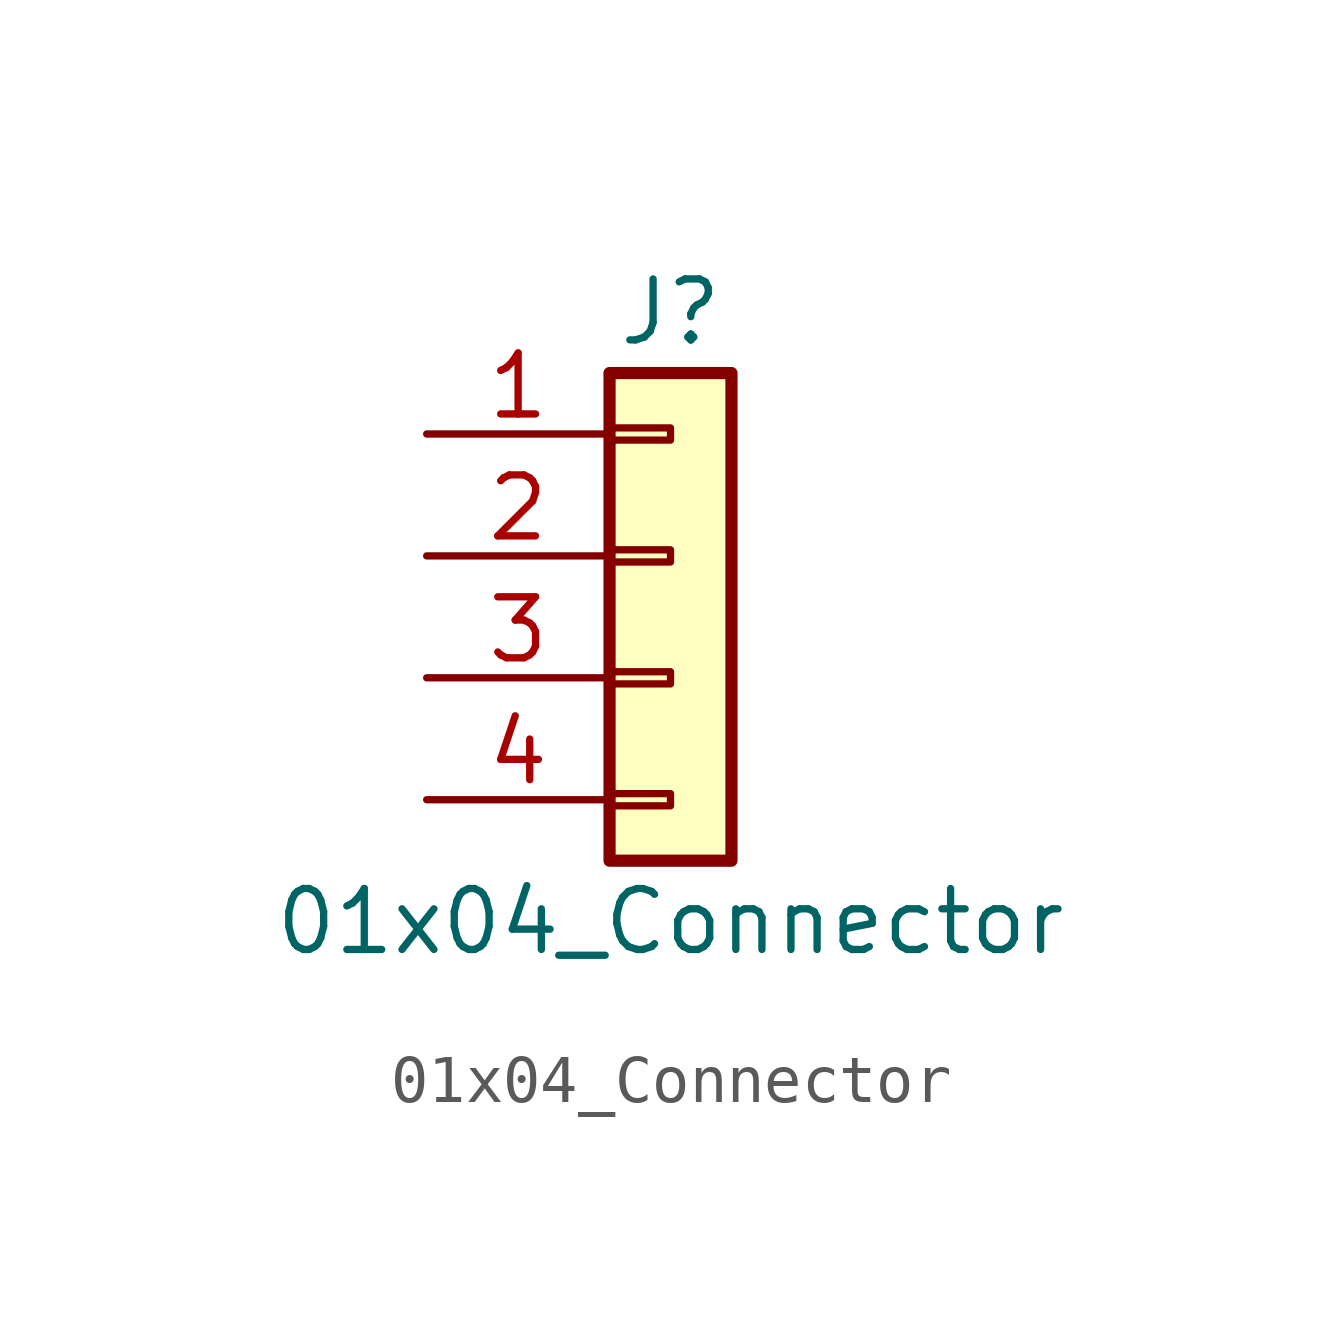
<source format=kicad_sym>
(kicad_symbol_lib
  (version 20220914)
  (generator kicad_symbol_editor)
  (symbol "01x04_Connector"
    (pin_names
      (offset 1.016) hide)
    (property "Reference" "J"
      (at 0 5.08 0)
      (effects (font (size 1.27 1.27))))
    (property "Value" "01x04_Connector"
      (at 0 -7.62 0)
      (effects (font (size 1.27 1.27))))
    (symbol "01x04_Connector_1_1"
      (rectangle (start -1.27 -4.953) (end 0 -5.207) (stroke (width 0.152) (type default)) (fill (type none)))
      (rectangle (start -1.27 -2.413) (end 0 -2.667) (stroke (width 0.152) (type default)) (fill (type none)))
      (rectangle (start -1.27 0.127) (end 0 -0.127) (stroke (width 0.152) (type default)) (fill (type none)))
      (rectangle (start -1.27 2.667) (end 0 2.413) (stroke (width 0.152) (type default)) (fill (type none)))
      (rectangle (start -1.27 3.81) (end 1.27 -6.35) (stroke (width 0.254) (type default)) (fill (type background)))
      (pin passive line (at -5.08 2.54 0) (length 3.81) (name "Pin_1" (effects (font (size 1.27 1.27)))) (number "1" (effects (font (size 1.27 1.27)))))
      (pin passive line (at -5.08 0 0) (length 3.81) (name "Pin_2" (effects (font (size 1.27 1.27)))) (number "2" (effects (font (size 1.27 1.27)))))
      (pin passive line (at -5.08 -2.54 0) (length 3.81) (name "Pin_3" (effects (font (size 1.27 1.27)))) (number "3" (effects (font (size 1.27 1.27)))))
      (pin passive line (at -5.08 -5.08 0) (length 3.81) (name "Pin_4" (effects (font (size 1.27 1.27)))) (number "4" (effects (font (size 1.27 1.27))))))))
</source>
